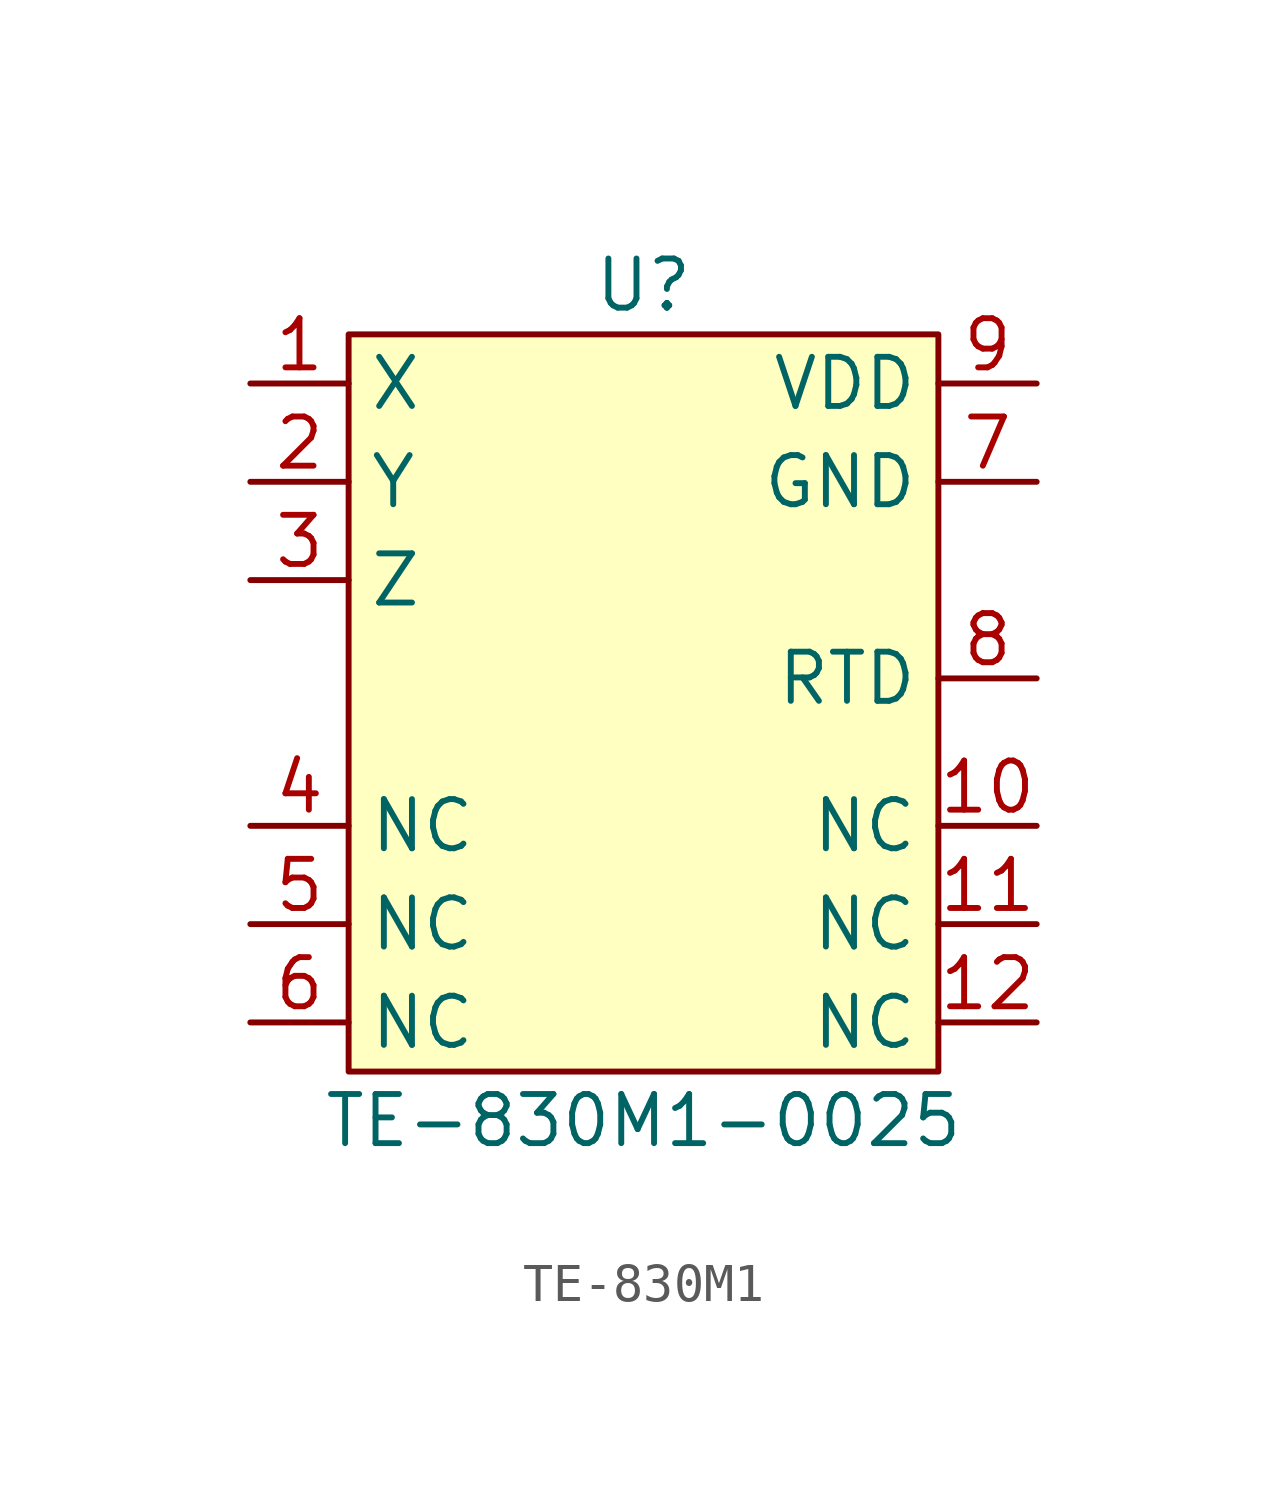
<source format=kicad_sym>
(kicad_symbol_lib
  (version 20220914)
  (generator kicad_symbol_editor)
  (symbol "TE-830M1"
    (property "Reference" "U"
      (at 0 10.16 0)
      (effects (font (size 1.27 1.27))))
    (property "Value" "TE-830M1-0025"
      (at 0 -11.43 0)
      (effects (font (size 1.27 1.27))))
    (symbol "TE-830M1_1_1"
      (rectangle (start -7.62 8.89) (end 7.62 -10.16) (stroke (width 0) (type default)) (fill (type background)))
      (pin output line (at -10.16 7.62 0) (length 2.54) (name "X" (effects (font (size 1.27 1.27)))) (number "1" (effects (font (size 1.27 1.27)))))
      (pin input line (at 10.16 -3.81 180) (length 2.54) (name "NC" (effects (font (size 1.27 1.27)))) (number "10" (effects (font (size 1.27 1.27)))))
      (pin input line (at 10.16 -6.35 180) (length 2.54) (name "NC" (effects (font (size 1.27 1.27)))) (number "11" (effects (font (size 1.27 1.27)))))
      (pin input line (at 10.16 -8.89 180) (length 2.54) (name "NC" (effects (font (size 1.27 1.27)))) (number "12" (effects (font (size 1.27 1.27)))))
      (pin output line (at -10.16 5.08 0) (length 2.54) (name "Y" (effects (font (size 1.27 1.27)))) (number "2" (effects (font (size 1.27 1.27)))))
      (pin output line (at -10.16 2.54 0) (length 2.54) (name "Z" (effects (font (size 1.27 1.27)))) (number "3" (effects (font (size 1.27 1.27)))))
      (pin input line (at -10.16 -3.81 0) (length 2.54) (name "NC" (effects (font (size 1.27 1.27)))) (number "4" (effects (font (size 1.27 1.27)))))
      (pin input line (at -10.16 -6.35 0) (length 2.54) (name "NC" (effects (font (size 1.27 1.27)))) (number "5" (effects (font (size 1.27 1.27)))))
      (pin input line (at -10.16 -8.89 0) (length 2.54) (name "NC" (effects (font (size 1.27 1.27)))) (number "6" (effects (font (size 1.27 1.27)))))
      (pin power_out line (at 10.16 5.08 180) (length 2.54) (name "GND" (effects (font (size 1.27 1.27)))) (number "7" (effects (font (size 1.27 1.27)))))
      (pin output line (at 10.16 0 180) (length 2.54) (name "RTD" (effects (font (size 1.27 1.27)))) (number "8" (effects (font (size 1.27 1.27)))))
      (pin power_in line (at 10.16 7.62 180) (length 2.54) (name "VDD" (effects (font (size 1.27 1.27)))) (number "9" (effects (font (size 1.27 1.27))))))))
</source>
